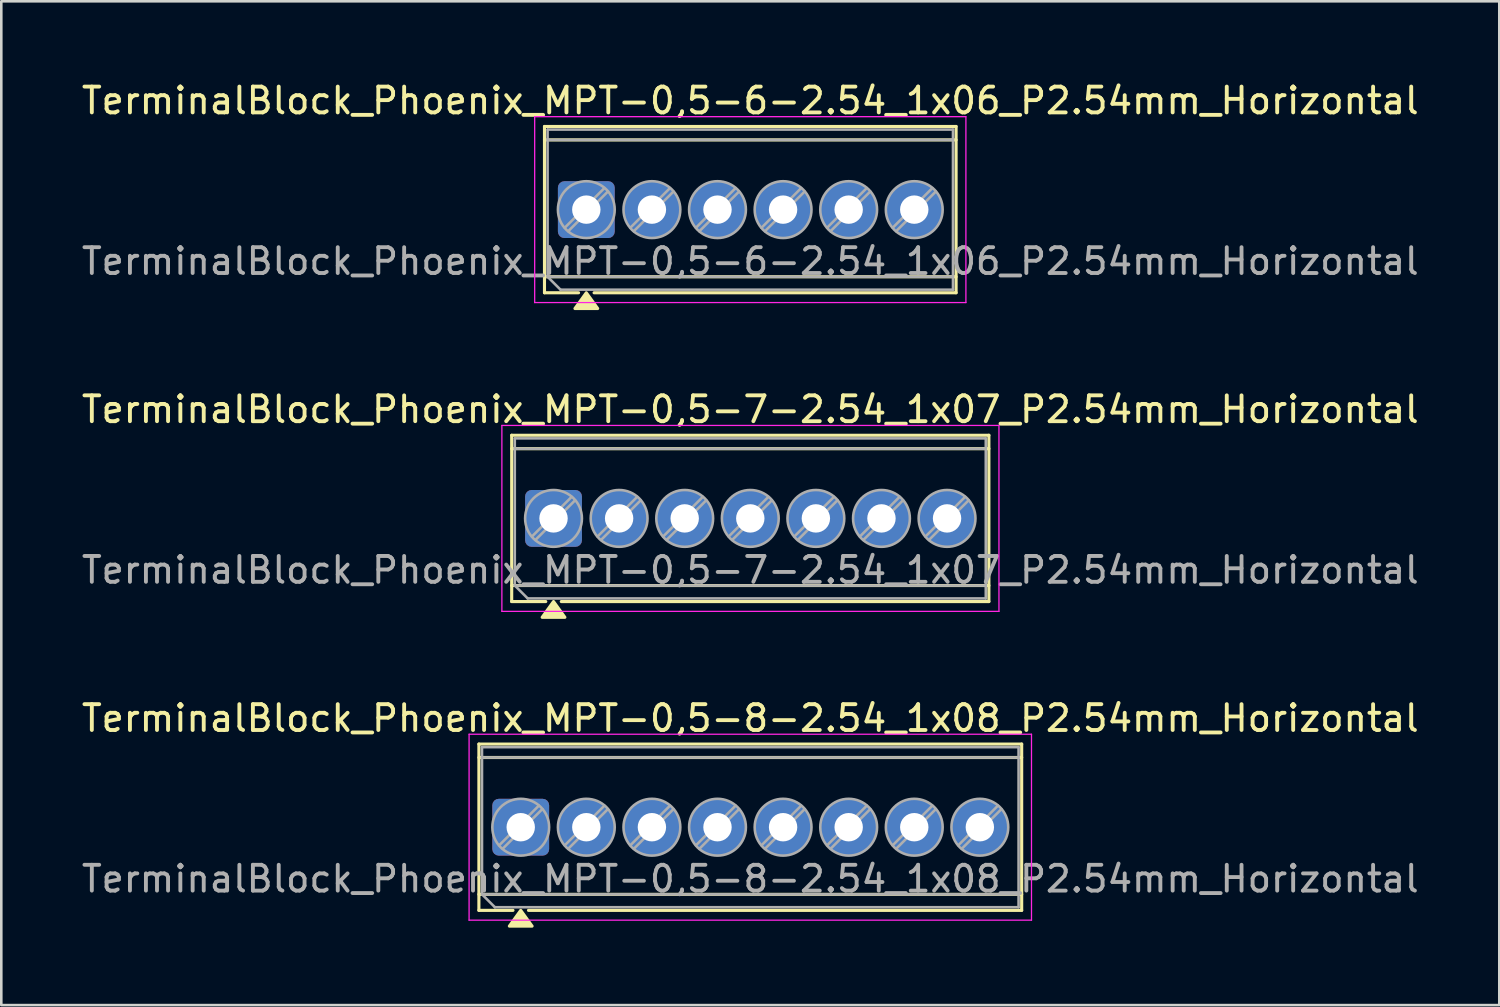
<source format=kicad_pcb>
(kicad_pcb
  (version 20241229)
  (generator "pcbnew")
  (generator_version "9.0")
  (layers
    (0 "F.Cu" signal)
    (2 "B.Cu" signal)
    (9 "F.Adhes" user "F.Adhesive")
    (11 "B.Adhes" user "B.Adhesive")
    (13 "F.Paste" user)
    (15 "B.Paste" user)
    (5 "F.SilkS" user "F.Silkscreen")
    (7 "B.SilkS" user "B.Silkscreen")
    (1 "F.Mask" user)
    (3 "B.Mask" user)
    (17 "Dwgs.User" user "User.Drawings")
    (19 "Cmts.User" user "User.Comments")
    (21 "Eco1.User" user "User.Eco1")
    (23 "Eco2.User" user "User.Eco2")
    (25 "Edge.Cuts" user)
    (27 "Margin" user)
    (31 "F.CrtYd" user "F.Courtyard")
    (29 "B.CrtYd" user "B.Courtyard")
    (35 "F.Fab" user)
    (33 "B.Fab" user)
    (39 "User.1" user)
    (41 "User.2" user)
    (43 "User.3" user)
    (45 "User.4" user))
  (footprint "TerminalBlock_Phoenix_MPT-0,5-6-2.54_1x06_P2.54mm_Horizontal"
    (layer "F.Cu")
    (at 19.656 5.068)
    (property "Reference" "TerminalBlock_Phoenix_MPT-0,5-6-2.54_1x06_P2.54mm_Horizontal" (at 6.35 -4.22 0) (layer "F.SilkS") (effects (font (size 1 1) (thickness 0.15))))
    (attr through_hole)
    (fp_line (start -1.62 -3.22) (end 14.32 -3.22) (stroke (width 0.12) (type solid)) (layer "F.SilkS"))
    (fp_line (start -1.62 -2.7) (end 14.32 -2.7) (stroke (width 0.12) (type solid)) (layer "F.SilkS"))
    (fp_line (start -1.62 2.6) (end 14.32 2.6) (stroke (width 0.12) (type solid)) (layer "F.SilkS"))
    (fp_line (start -1.62 3.22) (end -1.62 -3.22) (stroke (width 0.12) (type solid)) (layer "F.SilkS"))
    (fp_line (start -0.3 3.22) (end -1.62 3.22) (stroke (width 0.12) (type solid)) (layer "F.SilkS"))
    (fp_line (start 14.32 -3.22) (end 14.32 3.22) (stroke (width 0.12) (type solid)) (layer "F.SilkS"))
    (fp_line (start 14.32 3.22) (end 0.3 3.22) (stroke (width 0.12) (type solid)) (layer "F.SilkS"))
    (fp_poly (pts (xy 0 3.22) (xy 0.44 3.83) (xy -0.44 3.83)) (stroke (width 0.12) (type solid)) (fill yes) (layer "F.SilkS"))
    (fp_line (start -2 -3.6) (end -2 3.6) (stroke (width 0.05) (type solid)) (layer "F.CrtYd"))
    (fp_line (start -2 3.6) (end 14.7 3.6) (stroke (width 0.05) (type solid)) (layer "F.CrtYd"))
    (fp_line (start 14.7 -3.6) (end -2 -3.6) (stroke (width 0.05) (type solid)) (layer "F.CrtYd"))
    (fp_line (start 14.7 3.6) (end 14.7 -3.6) (stroke (width 0.05) (type solid)) (layer "F.CrtYd"))
    (fp_line (start -1.5 -3.1) (end 14.2 -3.1) (stroke (width 0.1) (type solid)) (layer "F.Fab"))
    (fp_line (start -1.5 -2.7) (end 14.2 -2.7) (stroke (width 0.1) (type solid)) (layer "F.Fab"))
    (fp_line (start -1.5 2.6) (end -1.5 -3.1) (stroke (width 0.1) (type solid)) (layer "F.Fab"))
    (fp_line (start -1.5 2.6) (end 14.2 2.6) (stroke (width 0.1) (type solid)) (layer "F.Fab"))
    (fp_line (start -1 3.1) (end -1.5 2.6) (stroke (width 0.1) (type solid)) (layer "F.Fab"))
    (fp_line (start 0.7 -0.834) (end -0.834 0.7) (stroke (width 0.1) (type solid)) (layer "F.Fab"))
    (fp_line (start 0.834 -0.7) (end -0.7 0.834) (stroke (width 0.1) (type solid)) (layer "F.Fab"))
    (fp_line (start 3.24 -0.834) (end 1.706 0.7) (stroke (width 0.1) (type solid)) (layer "F.Fab"))
    (fp_line (start 3.374 -0.7) (end 1.84 0.834) (stroke (width 0.1) (type solid)) (layer "F.Fab"))
    (fp_line (start 5.78 -0.834) (end 4.246 0.7) (stroke (width 0.1) (type solid)) (layer "F.Fab"))
    (fp_line (start 5.914 -0.7) (end 4.38 0.834) (stroke (width 0.1) (type solid)) (layer "F.Fab"))
    (fp_line (start 8.32 -0.834) (end 6.786 0.7) (stroke (width 0.1) (type solid)) (layer "F.Fab"))
    (fp_line (start 8.454 -0.7) (end 6.92 0.834) (stroke (width 0.1) (type solid)) (layer "F.Fab"))
    (fp_line (start 10.86 -0.834) (end 9.326 0.7) (stroke (width 0.1) (type solid)) (layer "F.Fab"))
    (fp_line (start 10.994 -0.7) (end 9.46 0.834) (stroke (width 0.1) (type solid)) (layer "F.Fab"))
    (fp_line (start 13.4 -0.834) (end 11.866 0.7) (stroke (width 0.1) (type solid)) (layer "F.Fab"))
    (fp_line (start 13.534 -0.7) (end 12 0.834) (stroke (width 0.1) (type solid)) (layer "F.Fab"))
    (fp_line (start 14.2 -3.1) (end 14.2 3.1) (stroke (width 0.1) (type solid)) (layer "F.Fab"))
    (fp_line (start 14.2 3.1) (end -1 3.1) (stroke (width 0.1) (type solid)) (layer "F.Fab"))
    (fp_circle (center 0 0) (end 1.1 0) (stroke (width 0.1) (type solid)) (fill no) (layer "F.Fab"))
    (fp_circle (center 2.54 0) (end 3.64 0) (stroke (width 0.1) (type solid)) (fill no) (layer "F.Fab"))
    (fp_circle (center 5.08 0) (end 6.18 0) (stroke (width 0.1) (type solid)) (fill no) (layer "F.Fab"))
    (fp_circle (center 7.62 0) (end 8.72 0) (stroke (width 0.1) (type solid)) (fill no) (layer "F.Fab"))
    (fp_circle (center 10.16 0) (end 11.26 0) (stroke (width 0.1) (type solid)) (fill no) (layer "F.Fab"))
    (fp_circle (center 12.7 0) (end 13.8 0) (stroke (width 0.1) (type solid)) (fill no) (layer "F.Fab"))
    (fp_text user "${REFERENCE}" (at 6.35 2 0) (layer "F.Fab") (effects (font (size 1 1) (thickness 0.15))))
    (pad "1" thru_hole roundrect (at 0 0) (size 2.2 2.2) (drill 1.1) (layers "*.Cu" "*.Mask") (roundrect_rratio 0.114))
    (pad "2" thru_hole circle (at 2.54 0) (size 2.2 2.2) (drill 1.1) (layers "*.Cu" "*.Mask"))
    (pad "3" thru_hole circle (at 5.08 0) (size 2.2 2.2) (drill 1.1) (layers "*.Cu" "*.Mask"))
    (pad "4" thru_hole circle (at 7.62 0) (size 2.2 2.2) (drill 1.1) (layers "*.Cu" "*.Mask"))
    (pad "5" thru_hole circle (at 10.16 0) (size 2.2 2.2) (drill 1.1) (layers "*.Cu" "*.Mask"))
    (pad "6" thru_hole circle (at 12.7 0) (size 2.2 2.2) (drill 1.1) (layers "*.Cu" "*.Mask")))
  (footprint "TerminalBlock_Phoenix_MPT-0,5-7-2.54_1x07_P2.54mm_Horizontal"
    (layer "F.Cu")
    (at 18.386 17.026)
    (property "Reference" "TerminalBlock_Phoenix_MPT-0,5-7-2.54_1x07_P2.54mm_Horizontal" (at 7.62 -4.22 0) (layer "F.SilkS") (effects (font (size 1 1) (thickness 0.15))))
    (attr through_hole)
    (fp_line (start -1.62 -3.22) (end 16.86 -3.22) (stroke (width 0.12) (type solid)) (layer "F.SilkS"))
    (fp_line (start -1.62 -2.7) (end 16.86 -2.7) (stroke (width 0.12) (type solid)) (layer "F.SilkS"))
    (fp_line (start -1.62 2.6) (end 16.86 2.6) (stroke (width 0.12) (type solid)) (layer "F.SilkS"))
    (fp_line (start -1.62 3.22) (end -1.62 -3.22) (stroke (width 0.12) (type solid)) (layer "F.SilkS"))
    (fp_line (start -0.3 3.22) (end -1.62 3.22) (stroke (width 0.12) (type solid)) (layer "F.SilkS"))
    (fp_line (start 16.86 -3.22) (end 16.86 3.22) (stroke (width 0.12) (type solid)) (layer "F.SilkS"))
    (fp_line (start 16.86 3.22) (end 0.3 3.22) (stroke (width 0.12) (type solid)) (layer "F.SilkS"))
    (fp_poly (pts (xy 0 3.22) (xy 0.44 3.83) (xy -0.44 3.83)) (stroke (width 0.12) (type solid)) (fill yes) (layer "F.SilkS"))
    (fp_line (start -2 -3.6) (end -2 3.6) (stroke (width 0.05) (type solid)) (layer "F.CrtYd"))
    (fp_line (start -2 3.6) (end 17.25 3.6) (stroke (width 0.05) (type solid)) (layer "F.CrtYd"))
    (fp_line (start 17.25 -3.6) (end -2 -3.6) (stroke (width 0.05) (type solid)) (layer "F.CrtYd"))
    (fp_line (start 17.25 3.6) (end 17.25 -3.6) (stroke (width 0.05) (type solid)) (layer "F.CrtYd"))
    (fp_line (start -1.5 -3.1) (end 16.74 -3.1) (stroke (width 0.1) (type solid)) (layer "F.Fab"))
    (fp_line (start -1.5 -2.7) (end 16.74 -2.7) (stroke (width 0.1) (type solid)) (layer "F.Fab"))
    (fp_line (start -1.5 2.6) (end -1.5 -3.1) (stroke (width 0.1) (type solid)) (layer "F.Fab"))
    (fp_line (start -1.5 2.6) (end 16.74 2.6) (stroke (width 0.1) (type solid)) (layer "F.Fab"))
    (fp_line (start -1 3.1) (end -1.5 2.6) (stroke (width 0.1) (type solid)) (layer "F.Fab"))
    (fp_line (start 0.7 -0.834) (end -0.834 0.7) (stroke (width 0.1) (type solid)) (layer "F.Fab"))
    (fp_line (start 0.834 -0.7) (end -0.7 0.834) (stroke (width 0.1) (type solid)) (layer "F.Fab"))
    (fp_line (start 3.24 -0.834) (end 1.706 0.7) (stroke (width 0.1) (type solid)) (layer "F.Fab"))
    (fp_line (start 3.374 -0.7) (end 1.84 0.834) (stroke (width 0.1) (type solid)) (layer "F.Fab"))
    (fp_line (start 5.78 -0.834) (end 4.246 0.7) (stroke (width 0.1) (type solid)) (layer "F.Fab"))
    (fp_line (start 5.914 -0.7) (end 4.38 0.834) (stroke (width 0.1) (type solid)) (layer "F.Fab"))
    (fp_line (start 8.32 -0.834) (end 6.786 0.7) (stroke (width 0.1) (type solid)) (layer "F.Fab"))
    (fp_line (start 8.454 -0.7) (end 6.92 0.834) (stroke (width 0.1) (type solid)) (layer "F.Fab"))
    (fp_line (start 10.86 -0.834) (end 9.326 0.7) (stroke (width 0.1) (type solid)) (layer "F.Fab"))
    (fp_line (start 10.994 -0.7) (end 9.46 0.834) (stroke (width 0.1) (type solid)) (layer "F.Fab"))
    (fp_line (start 13.4 -0.834) (end 11.866 0.7) (stroke (width 0.1) (type solid)) (layer "F.Fab"))
    (fp_line (start 13.534 -0.7) (end 12 0.834) (stroke (width 0.1) (type solid)) (layer "F.Fab"))
    (fp_line (start 15.94 -0.834) (end 14.406 0.7) (stroke (width 0.1) (type solid)) (layer "F.Fab"))
    (fp_line (start 16.074 -0.7) (end 14.54 0.834) (stroke (width 0.1) (type solid)) (layer "F.Fab"))
    (fp_line (start 16.74 -3.1) (end 16.74 3.1) (stroke (width 0.1) (type solid)) (layer "F.Fab"))
    (fp_line (start 16.74 3.1) (end -1 3.1) (stroke (width 0.1) (type solid)) (layer "F.Fab"))
    (fp_circle (center 0 0) (end 1.1 0) (stroke (width 0.1) (type solid)) (fill no) (layer "F.Fab"))
    (fp_circle (center 2.54 0) (end 3.64 0) (stroke (width 0.1) (type solid)) (fill no) (layer "F.Fab"))
    (fp_circle (center 5.08 0) (end 6.18 0) (stroke (width 0.1) (type solid)) (fill no) (layer "F.Fab"))
    (fp_circle (center 7.62 0) (end 8.72 0) (stroke (width 0.1) (type solid)) (fill no) (layer "F.Fab"))
    (fp_circle (center 10.16 0) (end 11.26 0) (stroke (width 0.1) (type solid)) (fill no) (layer "F.Fab"))
    (fp_circle (center 12.7 0) (end 13.8 0) (stroke (width 0.1) (type solid)) (fill no) (layer "F.Fab"))
    (fp_circle (center 15.24 0) (end 16.34 0) (stroke (width 0.1) (type solid)) (fill no) (layer "F.Fab"))
    (fp_text user "${REFERENCE}" (at 7.62 2 0) (layer "F.Fab") (effects (font (size 1 1) (thickness 0.15))))
    (pad "1" thru_hole roundrect (at 0 0) (size 2.2 2.2) (drill 1.1) (layers "*.Cu" "*.Mask") (roundrect_rratio 0.114))
    (pad "2" thru_hole circle (at 2.54 0) (size 2.2 2.2) (drill 1.1) (layers "*.Cu" "*.Mask"))
    (pad "3" thru_hole circle (at 5.08 0) (size 2.2 2.2) (drill 1.1) (layers "*.Cu" "*.Mask"))
    (pad "4" thru_hole circle (at 7.62 0) (size 2.2 2.2) (drill 1.1) (layers "*.Cu" "*.Mask"))
    (pad "5" thru_hole circle (at 10.16 0) (size 2.2 2.2) (drill 1.1) (layers "*.Cu" "*.Mask"))
    (pad "6" thru_hole circle (at 12.7 0) (size 2.2 2.2) (drill 1.1) (layers "*.Cu" "*.Mask"))
    (pad "7" thru_hole circle (at 15.24 0) (size 2.2 2.2) (drill 1.1) (layers "*.Cu" "*.Mask")))
  (footprint "TerminalBlock_Phoenix_MPT-0,5-8-2.54_1x08_P2.54mm_Horizontal"
    (layer "F.Cu")
    (at 17.116 28.985)
    (property "Reference" "TerminalBlock_Phoenix_MPT-0,5-8-2.54_1x08_P2.54mm_Horizontal" (at 8.89 -4.22 0) (layer "F.SilkS") (effects (font (size 1 1) (thickness 0.15))))
    (attr through_hole)
    (fp_line (start -1.62 -3.22) (end 19.4 -3.22) (stroke (width 0.12) (type solid)) (layer "F.SilkS"))
    (fp_line (start -1.62 -2.7) (end 19.4 -2.7) (stroke (width 0.12) (type solid)) (layer "F.SilkS"))
    (fp_line (start -1.62 2.6) (end 19.4 2.6) (stroke (width 0.12) (type solid)) (layer "F.SilkS"))
    (fp_line (start -1.62 3.22) (end -1.62 -3.22) (stroke (width 0.12) (type solid)) (layer "F.SilkS"))
    (fp_line (start -0.3 3.22) (end -1.62 3.22) (stroke (width 0.12) (type solid)) (layer "F.SilkS"))
    (fp_line (start 19.4 -3.22) (end 19.4 3.22) (stroke (width 0.12) (type solid)) (layer "F.SilkS"))
    (fp_line (start 19.4 3.22) (end 0.3 3.22) (stroke (width 0.12) (type solid)) (layer "F.SilkS"))
    (fp_poly (pts (xy 0 3.22) (xy 0.44 3.83) (xy -0.44 3.83)) (stroke (width 0.12) (type solid)) (fill yes) (layer "F.SilkS"))
    (fp_line (start -2 -3.6) (end -2 3.6) (stroke (width 0.05) (type solid)) (layer "F.CrtYd"))
    (fp_line (start -2 3.6) (end 19.78 3.6) (stroke (width 0.05) (type solid)) (layer "F.CrtYd"))
    (fp_line (start 19.78 -3.6) (end -2 -3.6) (stroke (width 0.05) (type solid)) (layer "F.CrtYd"))
    (fp_line (start 19.78 3.6) (end 19.78 -3.6) (stroke (width 0.05) (type solid)) (layer "F.CrtYd"))
    (fp_line (start -1.5 -3.1) (end 19.28 -3.1) (stroke (width 0.1) (type solid)) (layer "F.Fab"))
    (fp_line (start -1.5 -2.7) (end 19.28 -2.7) (stroke (width 0.1) (type solid)) (layer "F.Fab"))
    (fp_line (start -1.5 2.6) (end -1.5 -3.1) (stroke (width 0.1) (type solid)) (layer "F.Fab"))
    (fp_line (start -1.5 2.6) (end 19.28 2.6) (stroke (width 0.1) (type solid)) (layer "F.Fab"))
    (fp_line (start -1 3.1) (end -1.5 2.6) (stroke (width 0.1) (type solid)) (layer "F.Fab"))
    (fp_line (start 0.7 -0.834) (end -0.834 0.7) (stroke (width 0.1) (type solid)) (layer "F.Fab"))
    (fp_line (start 0.834 -0.7) (end -0.7 0.834) (stroke (width 0.1) (type solid)) (layer "F.Fab"))
    (fp_line (start 3.24 -0.834) (end 1.706 0.7) (stroke (width 0.1) (type solid)) (layer "F.Fab"))
    (fp_line (start 3.374 -0.7) (end 1.84 0.834) (stroke (width 0.1) (type solid)) (layer "F.Fab"))
    (fp_line (start 5.78 -0.834) (end 4.246 0.7) (stroke (width 0.1) (type solid)) (layer "F.Fab"))
    (fp_line (start 5.914 -0.7) (end 4.38 0.834) (stroke (width 0.1) (type solid)) (layer "F.Fab"))
    (fp_line (start 8.32 -0.834) (end 6.786 0.7) (stroke (width 0.1) (type solid)) (layer "F.Fab"))
    (fp_line (start 8.454 -0.7) (end 6.92 0.834) (stroke (width 0.1) (type solid)) (layer "F.Fab"))
    (fp_line (start 10.86 -0.834) (end 9.326 0.7) (stroke (width 0.1) (type solid)) (layer "F.Fab"))
    (fp_line (start 10.994 -0.7) (end 9.46 0.834) (stroke (width 0.1) (type solid)) (layer "F.Fab"))
    (fp_line (start 13.4 -0.834) (end 11.866 0.7) (stroke (width 0.1) (type solid)) (layer "F.Fab"))
    (fp_line (start 13.534 -0.7) (end 12 0.834) (stroke (width 0.1) (type solid)) (layer "F.Fab"))
    (fp_line (start 15.94 -0.834) (end 14.406 0.7) (stroke (width 0.1) (type solid)) (layer "F.Fab"))
    (fp_line (start 16.074 -0.7) (end 14.54 0.834) (stroke (width 0.1) (type solid)) (layer "F.Fab"))
    (fp_line (start 18.48 -0.834) (end 16.946 0.7) (stroke (width 0.1) (type solid)) (layer "F.Fab"))
    (fp_line (start 18.614 -0.7) (end 17.08 0.834) (stroke (width 0.1) (type solid)) (layer "F.Fab"))
    (fp_line (start 19.28 -3.1) (end 19.28 3.1) (stroke (width 0.1) (type solid)) (layer "F.Fab"))
    (fp_line (start 19.28 3.1) (end -1 3.1) (stroke (width 0.1) (type solid)) (layer "F.Fab"))
    (fp_circle (center 0 0) (end 1.1 0) (stroke (width 0.1) (type solid)) (fill no) (layer "F.Fab"))
    (fp_circle (center 2.54 0) (end 3.64 0) (stroke (width 0.1) (type solid)) (fill no) (layer "F.Fab"))
    (fp_circle (center 5.08 0) (end 6.18 0) (stroke (width 0.1) (type solid)) (fill no) (layer "F.Fab"))
    (fp_circle (center 7.62 0) (end 8.72 0) (stroke (width 0.1) (type solid)) (fill no) (layer "F.Fab"))
    (fp_circle (center 10.16 0) (end 11.26 0) (stroke (width 0.1) (type solid)) (fill no) (layer "F.Fab"))
    (fp_circle (center 12.7 0) (end 13.8 0) (stroke (width 0.1) (type solid)) (fill no) (layer "F.Fab"))
    (fp_circle (center 15.24 0) (end 16.34 0) (stroke (width 0.1) (type solid)) (fill no) (layer "F.Fab"))
    (fp_circle (center 17.78 0) (end 18.88 0) (stroke (width 0.1) (type solid)) (fill no) (layer "F.Fab"))
    (fp_text user "${REFERENCE}" (at 8.89 2 0) (layer "F.Fab") (effects (font (size 1 1) (thickness 0.15))))
    (pad "1" thru_hole roundrect (at 0 0) (size 2.2 2.2) (drill 1.1) (layers "*.Cu" "*.Mask") (roundrect_rratio 0.114))
    (pad "2" thru_hole circle (at 2.54 0) (size 2.2 2.2) (drill 1.1) (layers "*.Cu" "*.Mask"))
    (pad "3" thru_hole circle (at 5.08 0) (size 2.2 2.2) (drill 1.1) (layers "*.Cu" "*.Mask"))
    (pad "4" thru_hole circle (at 7.62 0) (size 2.2 2.2) (drill 1.1) (layers "*.Cu" "*.Mask"))
    (pad "5" thru_hole circle (at 10.16 0) (size 2.2 2.2) (drill 1.1) (layers "*.Cu" "*.Mask"))
    (pad "6" thru_hole circle (at 12.7 0) (size 2.2 2.2) (drill 1.1) (layers "*.Cu" "*.Mask"))
    (pad "7" thru_hole circle (at 15.24 0) (size 2.2 2.2) (drill 1.1) (layers "*.Cu" "*.Mask"))
    (pad "8" thru_hole circle (at 17.78 0) (size 2.2 2.2) (drill 1.1) (layers "*.Cu" "*.Mask")))
  (gr_rect
    (start -3 -3)
    (end 55.012 35.875)
    (stroke (width 0.1) (type default))
    (fill no)
    (layer "Edge.Cuts")))
</source>
